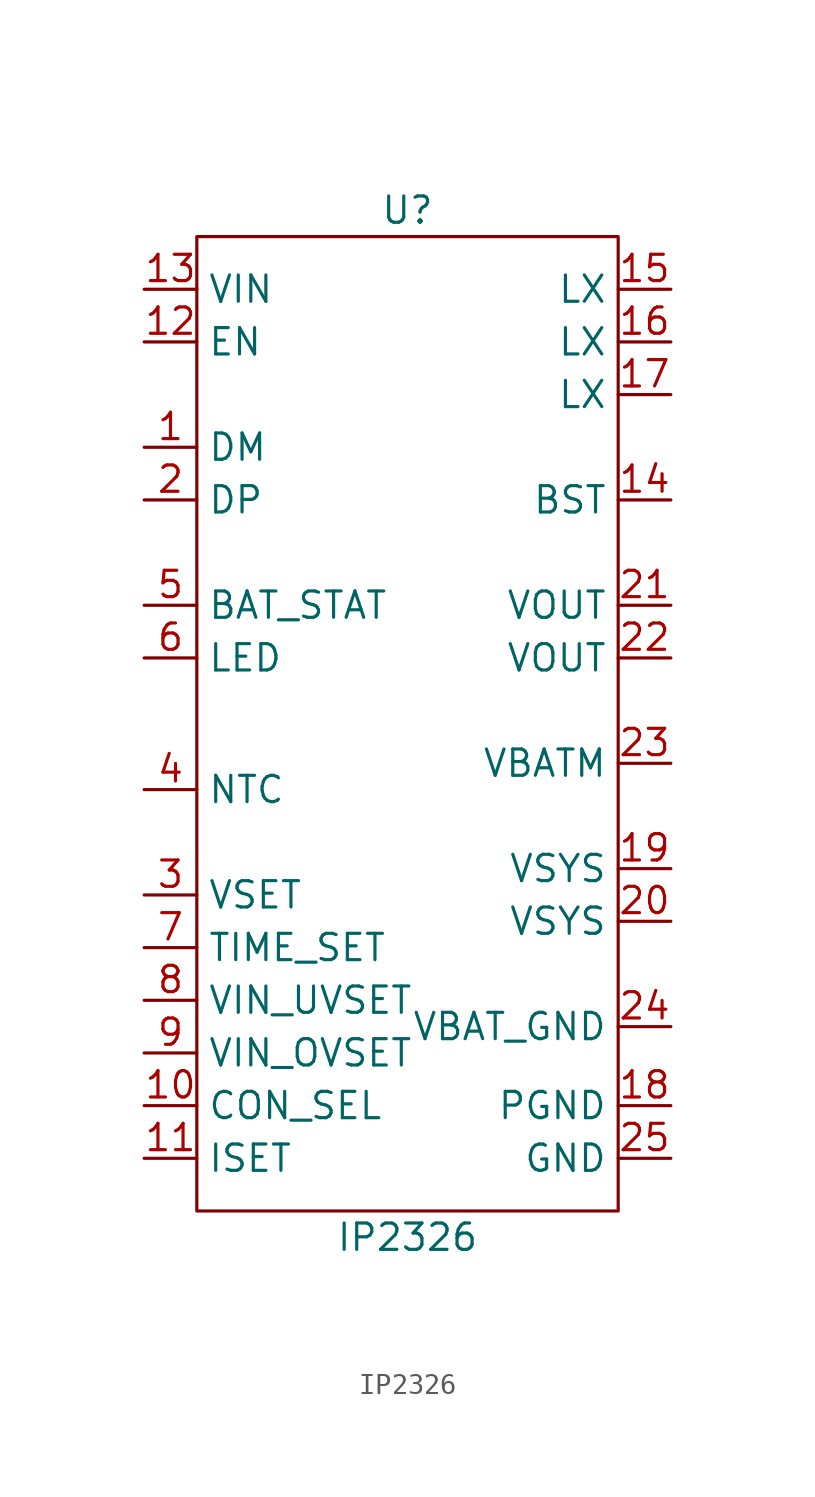
<source format=kicad_sym>
(kicad_symbol_lib
  (version 20211014)
  (generator kicad_symbol_editor)
  (symbol "IP2326"
    (property "Reference" "U"
      (at 0 29.21 0)
      (effects (font (size 1.27 1.27))))
    (property "Value" "IP2326"
      (at 0 -20.32 0)
      (effects (font (size 1.27 1.27))))
    (symbol "IP2326_0_1"
      (rectangle (start -10.16 27.94) (end 10.16 -19.05) (stroke (width 0) (type default) (color 0 0 0 0)) (fill (type none))))
    (symbol "IP2326_1_1"
      (pin input line (at -12.7 17.78 0) (length 2.54) (name "DM" (effects (font (size 1.27 1.27)))) (number "1" (effects (font (size 1.27 1.27)))))
      (pin input line (at -12.7 -13.97 0) (length 2.54) (name "CON_SEL" (effects (font (size 1.27 1.27)))) (number "10" (effects (font (size 1.27 1.27)))))
      (pin input line (at -12.7 -16.51 0) (length 2.54) (name "ISET" (effects (font (size 1.27 1.27)))) (number "11" (effects (font (size 1.27 1.27)))))
      (pin input line (at -12.7 22.86 0) (length 2.54) (name "EN" (effects (font (size 1.27 1.27)))) (number "12" (effects (font (size 1.27 1.27)))))
      (pin input line (at -12.7 25.4 0) (length 2.54) (name "VIN" (effects (font (size 1.27 1.27)))) (number "13" (effects (font (size 1.27 1.27)))))
      (pin input line (at 12.7 15.24 180) (length 2.54) (name "BST" (effects (font (size 1.27 1.27)))) (number "14" (effects (font (size 1.27 1.27)))))
      (pin input line (at 12.7 25.4 180) (length 2.54) (name "LX" (effects (font (size 1.27 1.27)))) (number "15" (effects (font (size 1.27 1.27)))))
      (pin input line (at 12.7 22.86 180) (length 2.54) (name "LX" (effects (font (size 1.27 1.27)))) (number "16" (effects (font (size 1.27 1.27)))))
      (pin input line (at 12.7 20.32 180) (length 2.54) (name "LX" (effects (font (size 1.27 1.27)))) (number "17" (effects (font (size 1.27 1.27)))))
      (pin input line (at 12.7 -13.97 180) (length 2.54) (name "PGND" (effects (font (size 1.27 1.27)))) (number "18" (effects (font (size 1.27 1.27)))))
      (pin input line (at 12.7 -2.54 180) (length 2.54) (name "VSYS" (effects (font (size 1.27 1.27)))) (number "19" (effects (font (size 1.27 1.27)))))
      (pin input line (at -12.7 15.24 0) (length 2.54) (name "DP" (effects (font (size 1.27 1.27)))) (number "2" (effects (font (size 1.27 1.27)))))
      (pin input line (at 12.7 -5.08 180) (length 2.54) (name "VSYS" (effects (font (size 1.27 1.27)))) (number "20" (effects (font (size 1.27 1.27)))))
      (pin input line (at 12.7 10.16 180) (length 2.54) (name "VOUT" (effects (font (size 1.27 1.27)))) (number "21" (effects (font (size 1.27 1.27)))))
      (pin input line (at 12.7 7.62 180) (length 2.54) (name "VOUT" (effects (font (size 1.27 1.27)))) (number "22" (effects (font (size 1.27 1.27)))))
      (pin input line (at 12.7 2.54 180) (length 2.54) (name "VBATM" (effects (font (size 1.27 1.27)))) (number "23" (effects (font (size 1.27 1.27)))))
      (pin input line (at 12.7 -10.16 180) (length 2.54) (name "VBAT_GND" (effects (font (size 1.27 1.27)))) (number "24" (effects (font (size 1.27 1.27)))))
      (pin input line (at 12.7 -16.51 180) (length 2.54) (name "GND" (effects (font (size 1.27 1.27)))) (number "25" (effects (font (size 1.27 1.27)))))
      (pin input line (at -12.7 -3.81 0) (length 2.54) (name "VSET" (effects (font (size 1.27 1.27)))) (number "3" (effects (font (size 1.27 1.27)))))
      (pin input line (at -12.7 1.27 0) (length 2.54) (name "NTC" (effects (font (size 1.27 1.27)))) (number "4" (effects (font (size 1.27 1.27)))))
      (pin input line (at -12.7 10.16 0) (length 2.54) (name "BAT_STAT" (effects (font (size 1.27 1.27)))) (number "5" (effects (font (size 1.27 1.27)))))
      (pin input line (at -12.7 7.62 0) (length 2.54) (name "LED" (effects (font (size 1.27 1.27)))) (number "6" (effects (font (size 1.27 1.27)))))
      (pin input line (at -12.7 -6.35 0) (length 2.54) (name "TIME_SET" (effects (font (size 1.27 1.27)))) (number "7" (effects (font (size 1.27 1.27)))))
      (pin input line (at -12.7 -8.89 0) (length 2.54) (name "VIN_UVSET" (effects (font (size 1.27 1.27)))) (number "8" (effects (font (size 1.27 1.27)))))
      (pin input line (at -12.7 -11.43 0) (length 2.54) (name "VIN_OVSET" (effects (font (size 1.27 1.27)))) (number "9" (effects (font (size 1.27 1.27))))))))
</source>
